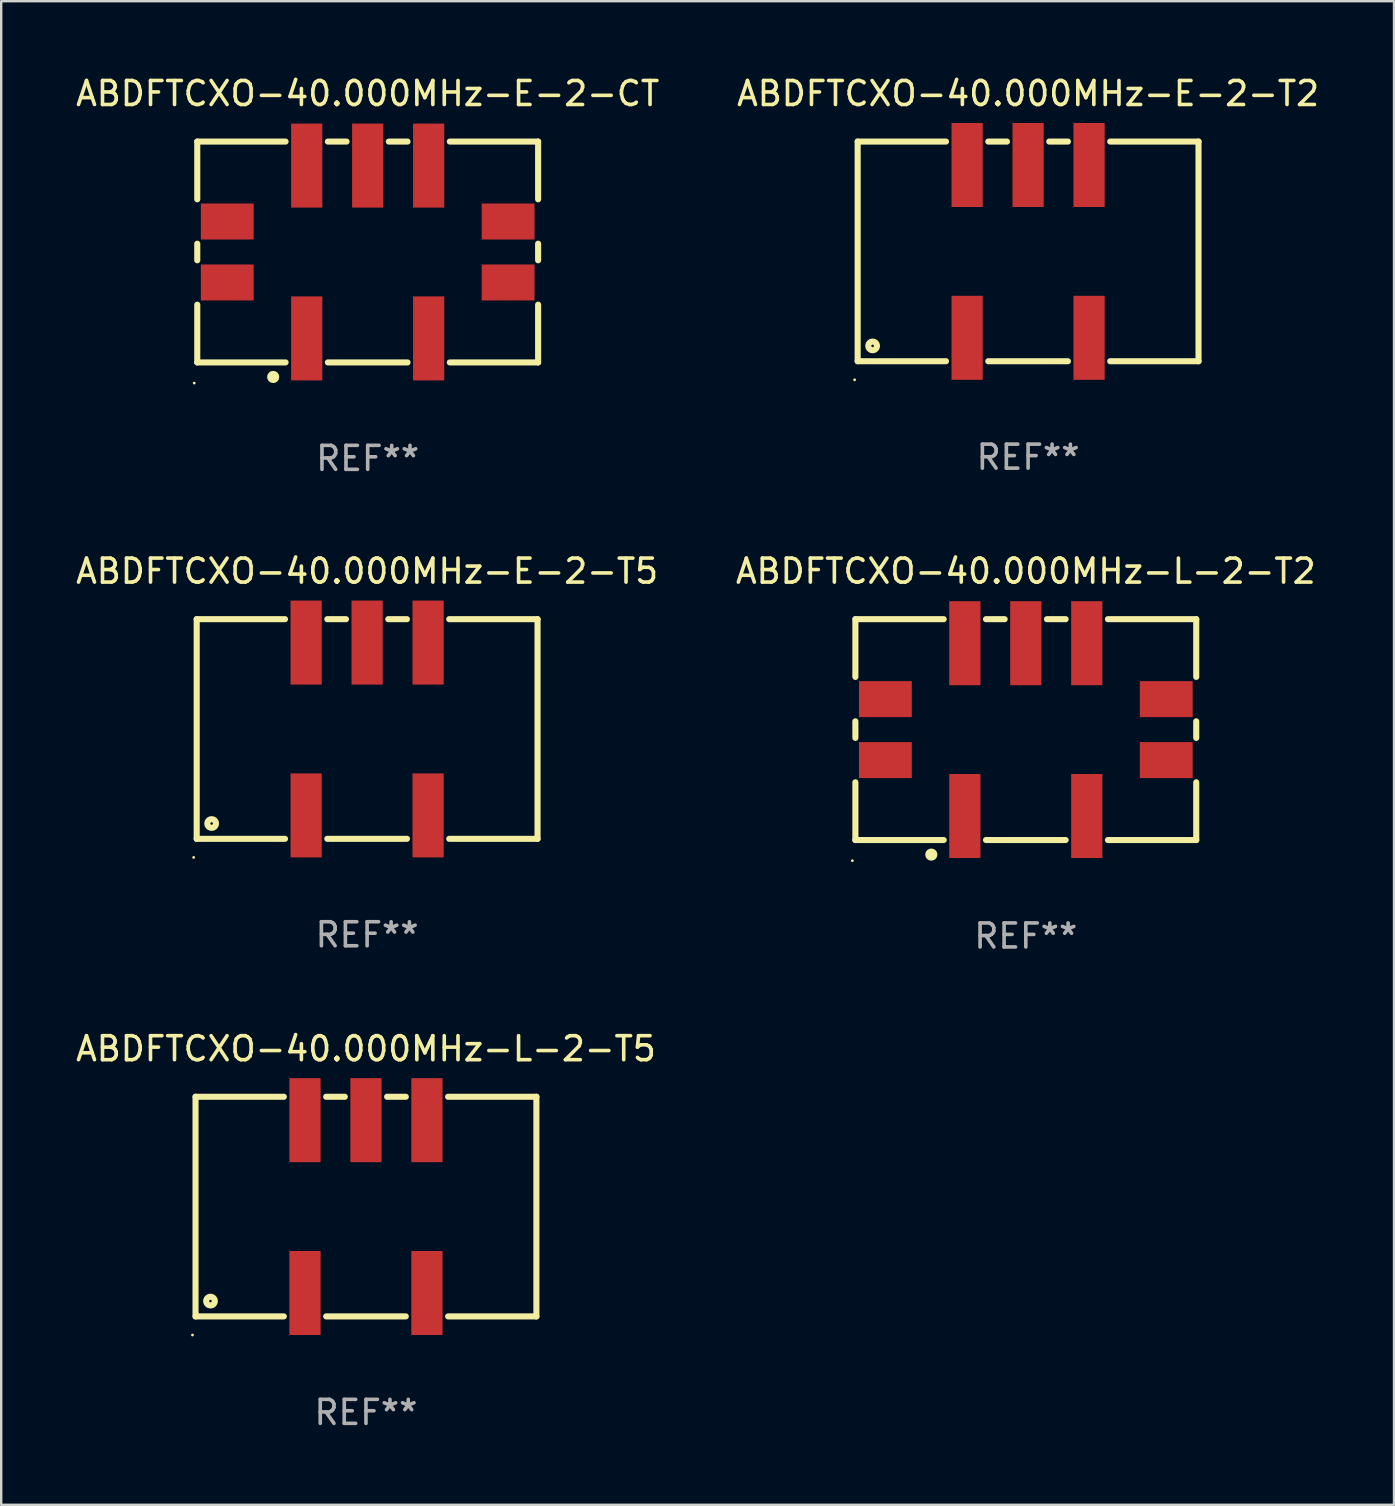
<source format=kicad_pcb>
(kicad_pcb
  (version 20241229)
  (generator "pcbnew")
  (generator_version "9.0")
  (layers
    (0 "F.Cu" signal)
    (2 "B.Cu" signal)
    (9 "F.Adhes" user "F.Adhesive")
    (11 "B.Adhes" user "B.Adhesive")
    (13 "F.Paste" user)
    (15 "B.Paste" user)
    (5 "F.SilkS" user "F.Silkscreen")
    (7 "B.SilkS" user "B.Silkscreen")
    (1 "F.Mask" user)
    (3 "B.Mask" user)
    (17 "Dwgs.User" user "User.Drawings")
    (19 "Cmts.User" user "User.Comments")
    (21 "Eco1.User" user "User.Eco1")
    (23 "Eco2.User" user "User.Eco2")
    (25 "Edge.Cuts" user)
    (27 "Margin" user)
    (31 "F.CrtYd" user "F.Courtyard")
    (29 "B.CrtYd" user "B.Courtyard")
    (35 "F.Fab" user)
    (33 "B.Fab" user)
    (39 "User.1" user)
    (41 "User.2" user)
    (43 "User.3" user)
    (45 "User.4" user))
  (footprint "ABDFTCXO-40.000MHz-L-2-T2"
    (layer "F.Cu")
    (at 39.685 27.345)
    (property "Reference" "ABDFTCXO-40.000MHz-L-2-T2" (at 0 -6.6 0) (layer "F.SilkS") (effects (font (size 1 1) (thickness 0.15))))
    (attr through_hole)
    (fp_line (start -7.1 -4.6) (end -7.1 -2.195) (stroke (width 0.254) (type solid)) (layer "F.SilkS"))
    (fp_line (start -7.1 -4.6) (end -3.421 -4.6) (stroke (width 0.254) (type solid)) (layer "F.SilkS"))
    (fp_line (start -7.1 -0.345) (end -7.1 0.345) (stroke (width 0.254) (type solid)) (layer "F.SilkS"))
    (fp_line (start -7.1 2.195) (end -7.1 4.6) (stroke (width 0.254) (type solid)) (layer "F.SilkS"))
    (fp_line (start -7.1 4.6) (end -3.421 4.6) (stroke (width 0.254) (type solid)) (layer "F.SilkS"))
    (fp_line (start -1.659 -4.6) (end -0.881 -4.6) (stroke (width 0.254) (type solid)) (layer "F.SilkS"))
    (fp_line (start -1.659 4.6) (end 1.659 4.6) (stroke (width 0.254) (type solid)) (layer "F.SilkS"))
    (fp_line (start 0.881 -4.6) (end 1.659 -4.6) (stroke (width 0.254) (type solid)) (layer "F.SilkS"))
    (fp_line (start 3.421 -4.6) (end 7.1 -4.6) (stroke (width 0.254) (type solid)) (layer "F.SilkS"))
    (fp_line (start 3.421 4.6) (end 7.1 4.6) (stroke (width 0.254) (type solid)) (layer "F.SilkS"))
    (fp_line (start 7.1 -4.6) (end 7.1 -2.195) (stroke (width 0.254) (type solid)) (layer "F.SilkS"))
    (fp_line (start 7.1 -0.345) (end 7.1 0.345) (stroke (width 0.254) (type solid)) (layer "F.SilkS"))
    (fp_line (start 7.1 2.195) (end 7.1 4.6) (stroke (width 0.254) (type solid)) (layer "F.SilkS"))
    (fp_circle (center -7.227 5.461) (end -7.197 5.461) (stroke (width 0.06) (type solid)) (fill no) (layer "F.SilkS"))
    (fp_circle (center -3.937 5.207) (end -3.81 5.207) (stroke (width 0.254) (type solid)) (fill no) (layer "F.SilkS"))
    (fp_text user "REF**" (at 0 8.6 0) (layer "F.Fab") (effects (font (size 1 1) (thickness 0.15))))
    (pad "1" smd rect (at -2.54 3.6) (size 1.3 3.5) (layers "F.Cu" "F.Mask" "F.Paste"))
    (pad "2" smd rect (at 2.54 3.6) (size 1.3 3.5) (layers "F.Cu" "F.Mask" "F.Paste"))
    (pad "3" smd rect (at 2.54 -3.6) (size 1.3 3.5) (layers "F.Cu" "F.Mask" "F.Paste"))
    (pad "4" smd rect (at 0 -3.6) (size 1.3 3.5) (layers "F.Cu" "F.Mask" "F.Paste"))
    (pad "5" smd rect (at -2.54 -3.6) (size 1.3 3.5) (layers "F.Cu" "F.Mask" "F.Paste"))
    (pad "6" smd rect (at 5.85 1.27 90) (size 1.5 2.2) (layers "F.Cu" "F.Mask" "F.Paste"))
    (pad "7" smd rect (at 5.85 -1.27 90) (size 1.5 2.2) (layers "F.Cu" "F.Mask" "F.Paste"))
    (pad "8" smd rect (at -5.85 -1.27 90) (size 1.5 2.2) (layers "F.Cu" "F.Mask" "F.Paste"))
    (pad "9" smd rect (at -5.85 1.27 90) (size 1.5 2.2) (layers "F.Cu" "F.Mask" "F.Paste")))
  (footprint "ABDFTCXO-40.000MHz-L-2-T5"
    (layer "F.Cu")
    (at 12.196 47.216)
    (property "Reference" "ABDFTCXO-40.000MHz-L-2-T5" (at 0 -6.575 0) (layer "F.SilkS") (effects (font (size 1 1) (thickness 0.15))))
    (attr through_hole)
    (fp_line (start -7.1 -4.575) (end -7.1 4.575) (stroke (width 0.254) (type solid)) (layer "F.SilkS"))
    (fp_line (start -7.1 -4.575) (end -3.421 -4.575) (stroke (width 0.254) (type solid)) (layer "F.SilkS"))
    (fp_line (start -7.1 4.575) (end -3.421 4.575) (stroke (width 0.254) (type solid)) (layer "F.SilkS"))
    (fp_line (start -1.659 -4.575) (end -0.881 -4.575) (stroke (width 0.254) (type solid)) (layer "F.SilkS"))
    (fp_line (start -1.659 4.575) (end 1.659 4.575) (stroke (width 0.254) (type solid)) (layer "F.SilkS"))
    (fp_line (start 0.881 -4.575) (end 1.659 -4.575) (stroke (width 0.254) (type solid)) (layer "F.SilkS"))
    (fp_line (start 3.421 -4.575) (end 7.1 -4.575) (stroke (width 0.254) (type solid)) (layer "F.SilkS"))
    (fp_line (start 3.421 4.575) (end 7.1 4.575) (stroke (width 0.254) (type solid)) (layer "F.SilkS"))
    (fp_line (start 7.1 -4.575) (end 7.1 4.575) (stroke (width 0.254) (type solid)) (layer "F.SilkS"))
    (fp_circle (center -7.227 5.35) (end -7.197 5.35) (stroke (width 0.06) (type solid)) (fill no) (layer "F.SilkS"))
    (fp_circle (center -6.477 3.937) (end -6.297 3.937) (stroke (width 0.254) (type solid)) (fill no) (layer "F.SilkS"))
    (fp_text user "REF**" (at 0 8.575 0) (layer "F.Fab") (effects (font (size 1 1) (thickness 0.15))))
    (pad "1" smd rect (at -2.54 3.6) (size 1.3 3.5) (layers "F.Cu" "F.Mask" "F.Paste"))
    (pad "2" smd rect (at 2.54 3.6) (size 1.3 3.5) (layers "F.Cu" "F.Mask" "F.Paste"))
    (pad "3" smd rect (at 2.54 -3.6) (size 1.3 3.5) (layers "F.Cu" "F.Mask" "F.Paste"))
    (pad "4" smd rect (at 0 -3.6) (size 1.3 3.5) (layers "F.Cu" "F.Mask" "F.Paste"))
    (pad "5" smd rect (at -2.54 -3.6) (size 1.3 3.5) (layers "F.Cu" "F.Mask" "F.Paste")))
  (footprint "ABDFTCXO-40.000MHz-E-2-T2"
    (layer "F.Cu")
    (at 39.78 7.423)
    (property "Reference" "ABDFTCXO-40.000MHz-E-2-T2" (at 0 -6.575 0) (layer "F.SilkS") (effects (font (size 1 1) (thickness 0.15))))
    (attr through_hole)
    (fp_line (start -7.1 -4.575) (end -7.1 4.575) (stroke (width 0.254) (type solid)) (layer "F.SilkS"))
    (fp_line (start -7.1 -4.575) (end -3.421 -4.575) (stroke (width 0.254) (type solid)) (layer "F.SilkS"))
    (fp_line (start -7.1 4.575) (end -3.421 4.575) (stroke (width 0.254) (type solid)) (layer "F.SilkS"))
    (fp_line (start -1.659 -4.575) (end -0.881 -4.575) (stroke (width 0.254) (type solid)) (layer "F.SilkS"))
    (fp_line (start -1.659 4.575) (end 1.659 4.575) (stroke (width 0.254) (type solid)) (layer "F.SilkS"))
    (fp_line (start 0.881 -4.575) (end 1.659 -4.575) (stroke (width 0.254) (type solid)) (layer "F.SilkS"))
    (fp_line (start 3.421 -4.575) (end 7.1 -4.575) (stroke (width 0.254) (type solid)) (layer "F.SilkS"))
    (fp_line (start 3.421 4.575) (end 7.1 4.575) (stroke (width 0.254) (type solid)) (layer "F.SilkS"))
    (fp_line (start 7.1 -4.575) (end 7.1 4.575) (stroke (width 0.254) (type solid)) (layer "F.SilkS"))
    (fp_circle (center -7.227 5.35) (end -7.197 5.35) (stroke (width 0.06) (type solid)) (fill no) (layer "F.SilkS"))
    (fp_circle (center -6.477 3.937) (end -6.297 3.937) (stroke (width 0.254) (type solid)) (fill no) (layer "F.SilkS"))
    (fp_text user "REF**" (at 0 8.575 0) (layer "F.Fab") (effects (font (size 1 1) (thickness 0.15))))
    (pad "1" smd rect (at -2.54 3.6) (size 1.3 3.5) (layers "F.Cu" "F.Mask" "F.Paste"))
    (pad "2" smd rect (at 2.54 3.6) (size 1.3 3.5) (layers "F.Cu" "F.Mask" "F.Paste"))
    (pad "3" smd rect (at 2.54 -3.6) (size 1.3 3.5) (layers "F.Cu" "F.Mask" "F.Paste"))
    (pad "4" smd rect (at 0 -3.6) (size 1.3 3.5) (layers "F.Cu" "F.Mask" "F.Paste"))
    (pad "5" smd rect (at -2.54 -3.6) (size 1.3 3.5) (layers "F.Cu" "F.Mask" "F.Paste")))
  (footprint "ABDFTCXO-40.000MHz-E-2-T5"
    (layer "F.Cu")
    (at 12.244 27.32)
    (property "Reference" "ABDFTCXO-40.000MHz-E-2-T5" (at 0 -6.575 0) (layer "F.SilkS") (effects (font (size 1 1) (thickness 0.15))))
    (attr through_hole)
    (fp_line (start -7.1 -4.575) (end -7.1 4.575) (stroke (width 0.254) (type solid)) (layer "F.SilkS"))
    (fp_line (start -7.1 -4.575) (end -3.421 -4.575) (stroke (width 0.254) (type solid)) (layer "F.SilkS"))
    (fp_line (start -7.1 4.575) (end -3.421 4.575) (stroke (width 0.254) (type solid)) (layer "F.SilkS"))
    (fp_line (start -1.659 -4.575) (end -0.881 -4.575) (stroke (width 0.254) (type solid)) (layer "F.SilkS"))
    (fp_line (start -1.659 4.575) (end 1.659 4.575) (stroke (width 0.254) (type solid)) (layer "F.SilkS"))
    (fp_line (start 0.881 -4.575) (end 1.659 -4.575) (stroke (width 0.254) (type solid)) (layer "F.SilkS"))
    (fp_line (start 3.421 -4.575) (end 7.1 -4.575) (stroke (width 0.254) (type solid)) (layer "F.SilkS"))
    (fp_line (start 3.421 4.575) (end 7.1 4.575) (stroke (width 0.254) (type solid)) (layer "F.SilkS"))
    (fp_line (start 7.1 -4.575) (end 7.1 4.575) (stroke (width 0.254) (type solid)) (layer "F.SilkS"))
    (fp_circle (center -7.227 5.35) (end -7.197 5.35) (stroke (width 0.06) (type solid)) (fill no) (layer "F.SilkS"))
    (fp_circle (center -6.477 3.937) (end -6.297 3.937) (stroke (width 0.254) (type solid)) (fill no) (layer "F.SilkS"))
    (fp_text user "REF**" (at 0 8.575 0) (layer "F.Fab") (effects (font (size 1 1) (thickness 0.15))))
    (pad "1" smd rect (at -2.54 3.6) (size 1.3 3.5) (layers "F.Cu" "F.Mask" "F.Paste"))
    (pad "2" smd rect (at 2.54 3.6) (size 1.3 3.5) (layers "F.Cu" "F.Mask" "F.Paste"))
    (pad "3" smd rect (at 2.54 -3.6) (size 1.3 3.5) (layers "F.Cu" "F.Mask" "F.Paste"))
    (pad "4" smd rect (at 0 -3.6) (size 1.3 3.5) (layers "F.Cu" "F.Mask" "F.Paste"))
    (pad "5" smd rect (at -2.54 -3.6) (size 1.3 3.5) (layers "F.Cu" "F.Mask" "F.Paste")))
  (footprint "ABDFTCXO-40.000MHz-E-2-CT"
    (layer "F.Cu")
    (at 12.268 7.448)
    (property "Reference" "ABDFTCXO-40.000MHz-E-2-CT" (at 0 -6.6 0) (layer "F.SilkS") (effects (font (size 1 1) (thickness 0.15))))
    (attr through_hole)
    (fp_line (start -7.1 -4.6) (end -7.1 -2.195) (stroke (width 0.254) (type solid)) (layer "F.SilkS"))
    (fp_line (start -7.1 -4.6) (end -3.421 -4.6) (stroke (width 0.254) (type solid)) (layer "F.SilkS"))
    (fp_line (start -7.1 -0.345) (end -7.1 0.345) (stroke (width 0.254) (type solid)) (layer "F.SilkS"))
    (fp_line (start -7.1 2.195) (end -7.1 4.6) (stroke (width 0.254) (type solid)) (layer "F.SilkS"))
    (fp_line (start -7.1 4.6) (end -3.421 4.6) (stroke (width 0.254) (type solid)) (layer "F.SilkS"))
    (fp_line (start -1.659 -4.6) (end -0.881 -4.6) (stroke (width 0.254) (type solid)) (layer "F.SilkS"))
    (fp_line (start -1.659 4.6) (end 1.659 4.6) (stroke (width 0.254) (type solid)) (layer "F.SilkS"))
    (fp_line (start 0.881 -4.6) (end 1.659 -4.6) (stroke (width 0.254) (type solid)) (layer "F.SilkS"))
    (fp_line (start 3.421 -4.6) (end 7.1 -4.6) (stroke (width 0.254) (type solid)) (layer "F.SilkS"))
    (fp_line (start 3.421 4.6) (end 7.1 4.6) (stroke (width 0.254) (type solid)) (layer "F.SilkS"))
    (fp_line (start 7.1 -4.6) (end 7.1 -2.195) (stroke (width 0.254) (type solid)) (layer "F.SilkS"))
    (fp_line (start 7.1 -0.345) (end 7.1 0.345) (stroke (width 0.254) (type solid)) (layer "F.SilkS"))
    (fp_line (start 7.1 2.195) (end 7.1 4.6) (stroke (width 0.254) (type solid)) (layer "F.SilkS"))
    (fp_circle (center -7.227 5.461) (end -7.197 5.461) (stroke (width 0.06) (type solid)) (fill no) (layer "F.SilkS"))
    (fp_circle (center -3.937 5.207) (end -3.81 5.207) (stroke (width 0.254) (type solid)) (fill no) (layer "F.SilkS"))
    (fp_text user "REF**" (at 0 8.6 0) (layer "F.Fab") (effects (font (size 1 1) (thickness 0.15))))
    (pad "1" smd rect (at -2.54 3.6) (size 1.3 3.5) (layers "F.Cu" "F.Mask" "F.Paste"))
    (pad "2" smd rect (at 2.54 3.6) (size 1.3 3.5) (layers "F.Cu" "F.Mask" "F.Paste"))
    (pad "3" smd rect (at 2.54 -3.6) (size 1.3 3.5) (layers "F.Cu" "F.Mask" "F.Paste"))
    (pad "4" smd rect (at 0 -3.6) (size 1.3 3.5) (layers "F.Cu" "F.Mask" "F.Paste"))
    (pad "5" smd rect (at -2.54 -3.6) (size 1.3 3.5) (layers "F.Cu" "F.Mask" "F.Paste"))
    (pad "6" smd rect (at 5.85 1.27 90) (size 1.5 2.2) (layers "F.Cu" "F.Mask" "F.Paste"))
    (pad "7" smd rect (at 5.85 -1.27 90) (size 1.5 2.2) (layers "F.Cu" "F.Mask" "F.Paste"))
    (pad "8" smd rect (at -5.85 -1.27 90) (size 1.5 2.2) (layers "F.Cu" "F.Mask" "F.Paste"))
    (pad "9" smd rect (at -5.85 1.27 90) (size 1.5 2.2) (layers "F.Cu" "F.Mask" "F.Paste")))
  (gr_rect
    (start -3 -3)
    (end 55.024 59.64)
    (stroke (width 0.1) (type default))
    (fill no)
    (layer "Edge.Cuts")))
</source>
